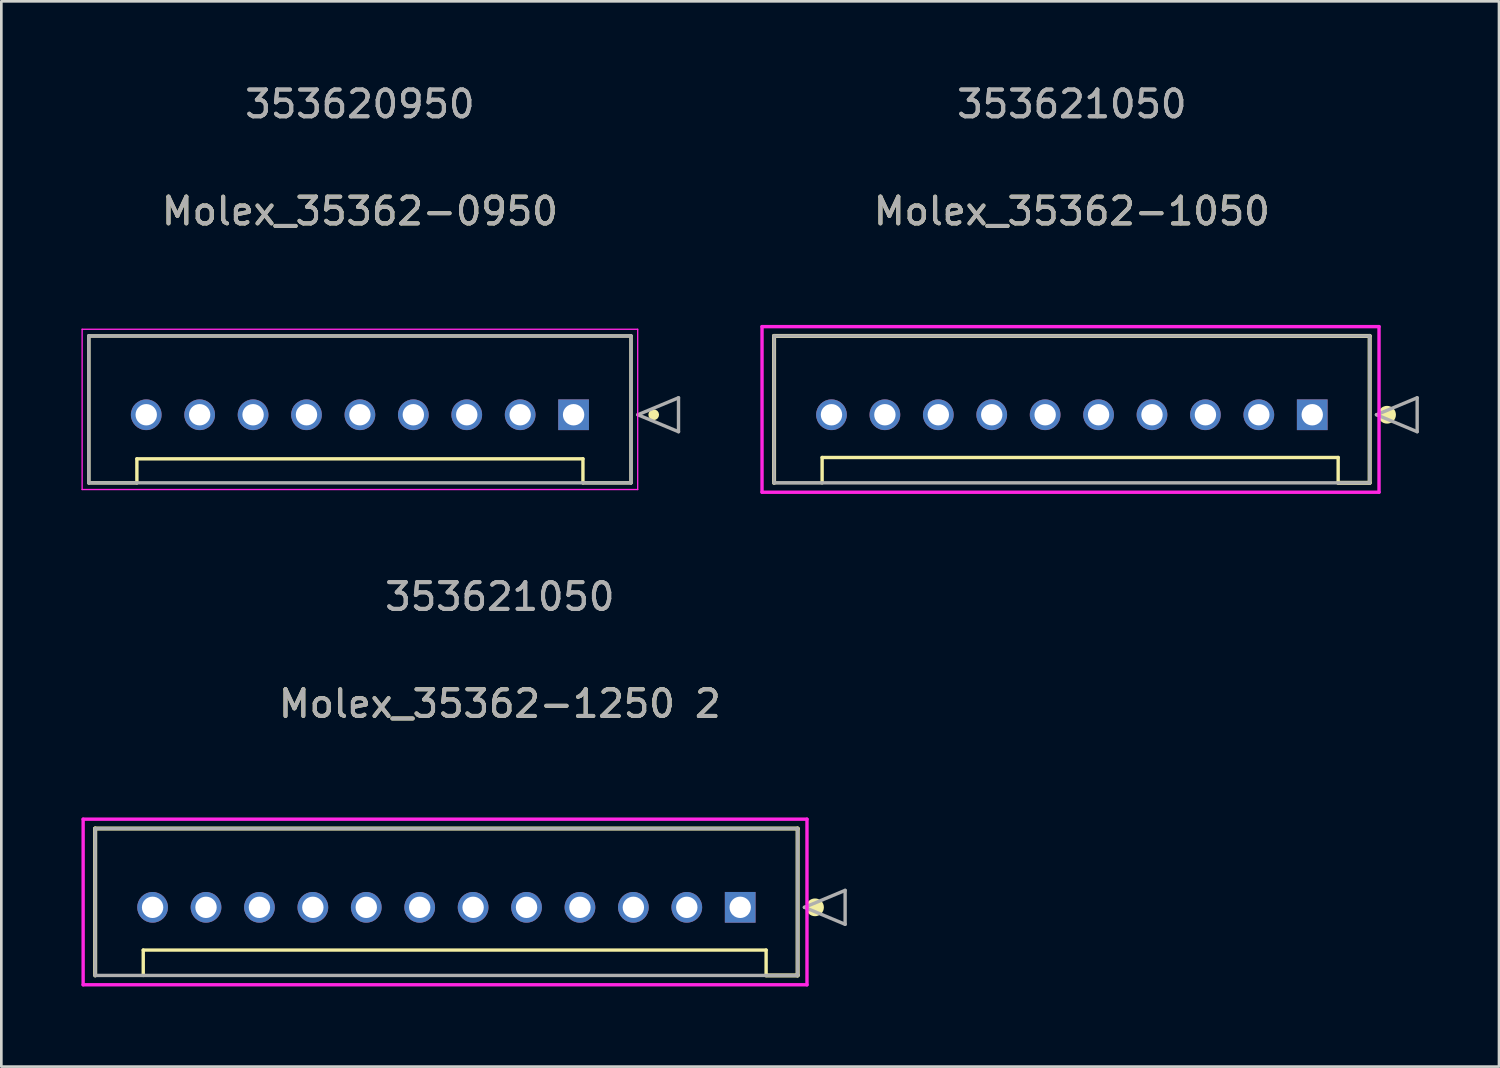
<source format=kicad_pcb>
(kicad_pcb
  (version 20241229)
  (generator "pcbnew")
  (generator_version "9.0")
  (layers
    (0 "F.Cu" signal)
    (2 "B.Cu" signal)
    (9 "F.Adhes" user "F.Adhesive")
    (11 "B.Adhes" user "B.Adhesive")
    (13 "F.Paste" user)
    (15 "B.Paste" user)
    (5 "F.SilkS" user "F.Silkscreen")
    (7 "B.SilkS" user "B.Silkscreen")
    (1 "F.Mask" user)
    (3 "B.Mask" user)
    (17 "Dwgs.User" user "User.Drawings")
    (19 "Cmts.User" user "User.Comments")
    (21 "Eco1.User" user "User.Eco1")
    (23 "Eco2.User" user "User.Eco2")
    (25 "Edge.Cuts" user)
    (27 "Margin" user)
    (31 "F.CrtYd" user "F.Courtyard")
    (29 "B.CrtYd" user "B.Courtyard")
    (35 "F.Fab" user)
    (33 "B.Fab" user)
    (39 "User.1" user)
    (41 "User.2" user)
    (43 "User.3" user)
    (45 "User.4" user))
  (footprint "Molex_35362-1250 2"
    (layer "F.Cu")
    (at 24.663 30.92)
    (property "Reference" "Molex_35362-1250 2" (at -9 -7.62 0) (unlocked yes) (layer "F.SilkS") (effects (font (size 1 1) (thickness 0.15))))
    (attr through_hole)
    (fp_line (start -24.15 -2.95) (end -24.15 2.55) (stroke (width 0.152) (type solid)) (layer "F.SilkS"))
    (fp_line (start -24.15 2.55) (end -22.35 2.55) (stroke (width 0.1) (type default)) (layer "F.SilkS"))
    (fp_line (start -22.35 1.6) (end 0.97 1.6) (stroke (width 0.127) (type default)) (layer "F.SilkS"))
    (fp_line (start -22.35 2.55) (end -22.35 1.6) (stroke (width 0.127) (type solid)) (layer "F.SilkS"))
    (fp_line (start 0.97 1.6) (end 0.97 2.55) (stroke (width 0.127) (type solid)) (layer "F.SilkS"))
    (fp_line (start 0.97 2.55) (end 2.15 2.55) (stroke (width 0.152) (type solid)) (layer "F.SilkS"))
    (fp_line (start 2.15 -2.95) (end -24.15 -2.95) (stroke (width 0.152) (type solid)) (layer "F.SilkS"))
    (fp_line (start 2.15 2.55) (end 2.15 -2.95) (stroke (width 0.152) (type solid)) (layer "F.SilkS"))
    (fp_circle (center 2.8 0) (end 3.083 0) (stroke (width 0.1) (type solid)) (fill yes) (layer "F.SilkS"))
    (fp_line (start -24.6 -3.3) (end -24.6 2.9) (stroke (width 0.127) (type solid)) (layer "F.CrtYd"))
    (fp_line (start -24.6 2.9) (end 2.5 2.9) (stroke (width 0.127) (type solid)) (layer "F.CrtYd"))
    (fp_line (start 2.5 -3.3) (end -24.6 -3.3) (stroke (width 0.127) (type solid)) (layer "F.CrtYd"))
    (fp_line (start 2.5 2.9) (end 2.5 -3.3) (stroke (width 0.127) (type solid)) (layer "F.CrtYd"))
    (fp_line (start -24.15 -2.95) (end -24.15 2.55) (stroke (width 0.127) (type solid)) (layer "F.Fab"))
    (fp_line (start -24.15 2.55) (end 2.15 2.55) (stroke (width 0.127) (type solid)) (layer "F.Fab"))
    (fp_line (start 2.15 -2.95) (end -24.15 -2.95) (stroke (width 0.127) (type solid)) (layer "F.Fab"))
    (fp_line (start 2.15 2.55) (end 2.15 -2.95) (stroke (width 0.127) (type solid)) (layer "F.Fab"))
    (fp_line (start 2.404 0) (end 3.928 -0.635) (stroke (width 0.127) (type solid)) (layer "F.Fab"))
    (fp_line (start 3.928 -0.635) (end 3.928 0.635) (stroke (width 0.127) (type solid)) (layer "F.Fab"))
    (fp_line (start 3.928 0.635) (end 2.404 0) (stroke (width 0.127) (type solid)) (layer "F.Fab"))
    (fp_text user "353621050" (at -9 -11.63 0) (unlocked yes) (layer "F.Fab") (effects (font (size 1 1) (thickness 0.15))))
    (fp_text user "${REFERENCE}" (at -9 -7.62 0) (unlocked yes) (layer "F.Fab") (effects (font (size 1 1) (thickness 0.15))))
    (fp_text user "353621050" (at -9 -11.63 0) (unlocked yes) (layer "F.Fab") (effects (font (size 1 1) (thickness 0.15))))
    (pad "1" thru_hole rect (at 0 0) (size 1.15 1.15) (drill 0.8) (layers "*.Cu" "*.Mask"))
    (pad "2" thru_hole circle (at -2 0) (size 1.15 1.15) (drill 0.8) (layers "*.Cu" "*.Mask"))
    (pad "3" thru_hole circle (at -4 0) (size 1.15 1.15) (drill 0.8) (layers "*.Cu" "*.Mask"))
    (pad "4" thru_hole circle (at -6 0) (size 1.15 1.15) (drill 0.8) (layers "*.Cu" "*.Mask"))
    (pad "5" thru_hole circle (at -8 0) (size 1.15 1.15) (drill 0.8) (layers "*.Cu" "*.Mask"))
    (pad "6" thru_hole circle (at -10 0) (size 1.15 1.15) (drill 0.8) (layers "*.Cu" "*.Mask"))
    (pad "7" thru_hole circle (at -12 0) (size 1.15 1.15) (drill 0.8) (layers "*.Cu" "*.Mask"))
    (pad "8" thru_hole circle (at -14 0) (size 1.15 1.15) (drill 0.8) (layers "*.Cu" "*.Mask"))
    (pad "9" thru_hole circle (at -16 0) (size 1.15 1.15) (drill 0.8) (layers "*.Cu" "*.Mask"))
    (pad "10" thru_hole circle (at -18 0) (size 1.15 1.15) (drill 0.8) (layers "*.Cu" "*.Mask"))
    (pad "11" thru_hole circle (at -20 0) (size 1.15 1.15) (drill 0.8) (layers "*.Cu" "*.Mask"))
    (pad "12" thru_hole circle (at -22 0) (size 1.15 1.15) (drill 0.8) (layers "*.Cu" "*.Mask")))
  (footprint "Molex_35362-1050"
    (layer "F.Cu")
    (at 46.08 12.478)
    (property "Reference" "Molex_35362-1050" (at -9 -7.62 0) (unlocked yes) (layer "F.SilkS") (effects (font (size 1 1) (thickness 0.15))))
    (attr through_hole)
    (fp_line (start -20.15 -2.95) (end -20.15 2.55) (stroke (width 0.152) (type solid)) (layer "F.SilkS"))
    (fp_line (start -20.15 2.55) (end -18.35 2.55) (stroke (width 0.1) (type default)) (layer "F.SilkS"))
    (fp_line (start -18.35 1.6) (end 0.97 1.6) (stroke (width 0.127) (type default)) (layer "F.SilkS"))
    (fp_line (start -18.35 2.55) (end -18.35 1.6) (stroke (width 0.127) (type solid)) (layer "F.SilkS"))
    (fp_line (start 0.97 1.6) (end 0.97 2.55) (stroke (width 0.127) (type solid)) (layer "F.SilkS"))
    (fp_line (start 0.97 2.55) (end 2.15 2.55) (stroke (width 0.152) (type solid)) (layer "F.SilkS"))
    (fp_line (start 2.15 -2.95) (end -20.15 -2.95) (stroke (width 0.152) (type solid)) (layer "F.SilkS"))
    (fp_line (start 2.15 2.55) (end 2.15 -2.95) (stroke (width 0.152) (type solid)) (layer "F.SilkS"))
    (fp_circle (center 2.8 0) (end 3.083 0) (stroke (width 0.1) (type solid)) (fill yes) (layer "F.SilkS"))
    (fp_line (start -20.6 -3.3) (end -20.6 2.9) (stroke (width 0.127) (type solid)) (layer "F.CrtYd"))
    (fp_line (start -20.6 2.9) (end 2.5 2.9) (stroke (width 0.127) (type solid)) (layer "F.CrtYd"))
    (fp_line (start 2.5 -3.3) (end -20.6 -3.3) (stroke (width 0.127) (type solid)) (layer "F.CrtYd"))
    (fp_line (start 2.5 2.9) (end 2.5 -3.3) (stroke (width 0.127) (type solid)) (layer "F.CrtYd"))
    (fp_line (start -20.15 -2.95) (end -20.15 2.55) (stroke (width 0.127) (type solid)) (layer "F.Fab"))
    (fp_line (start -20.15 2.55) (end 2.15 2.55) (stroke (width 0.127) (type solid)) (layer "F.Fab"))
    (fp_line (start 2.15 -2.95) (end -20.15 -2.95) (stroke (width 0.127) (type solid)) (layer "F.Fab"))
    (fp_line (start 2.15 2.55) (end 2.15 -2.95) (stroke (width 0.127) (type solid)) (layer "F.Fab"))
    (fp_line (start 2.404 0) (end 3.928 -0.635) (stroke (width 0.127) (type solid)) (layer "F.Fab"))
    (fp_line (start 3.928 -0.635) (end 3.928 0.635) (stroke (width 0.127) (type solid)) (layer "F.Fab"))
    (fp_line (start 3.928 0.635) (end 2.404 0) (stroke (width 0.127) (type solid)) (layer "F.Fab"))
    (fp_text user "${REFERENCE}" (at -9 -7.62 0) (unlocked yes) (layer "F.Fab") (effects (font (size 1 1) (thickness 0.15))))
    (fp_text user "353621050" (at -9 -11.63 0) (unlocked yes) (layer "F.Fab") (effects (font (size 1 1) (thickness 0.15))))
    (fp_text user "353621050" (at -9 -11.63 0) (unlocked yes) (layer "F.Fab") (effects (font (size 1 1) (thickness 0.15))))
    (pad "1" thru_hole rect (at 0 0) (size 1.15 1.15) (drill 0.8) (layers "*.Cu" "*.Mask"))
    (pad "2" thru_hole circle (at -2 0) (size 1.15 1.15) (drill 0.8) (layers "*.Cu" "*.Mask"))
    (pad "3" thru_hole circle (at -4 0) (size 1.15 1.15) (drill 0.8) (layers "*.Cu" "*.Mask"))
    (pad "4" thru_hole circle (at -6 0) (size 1.15 1.15) (drill 0.8) (layers "*.Cu" "*.Mask"))
    (pad "5" thru_hole circle (at -8 0) (size 1.15 1.15) (drill 0.8) (layers "*.Cu" "*.Mask"))
    (pad "6" thru_hole circle (at -10 0) (size 1.15 1.15) (drill 0.8) (layers "*.Cu" "*.Mask"))
    (pad "7" thru_hole circle (at -12 0) (size 1.15 1.15) (drill 0.8) (layers "*.Cu" "*.Mask"))
    (pad "8" thru_hole circle (at -14 0) (size 1.15 1.15) (drill 0.8) (layers "*.Cu" "*.Mask"))
    (pad "9" thru_hole circle (at -16 0) (size 1.15 1.15) (drill 0.8) (layers "*.Cu" "*.Mask"))
    (pad "10" thru_hole circle (at -18 0) (size 1.15 1.15) (drill 0.8) (layers "*.Cu" "*.Mask")))
  (footprint "Molex_35362-0950"
    (layer "F.Cu")
    (at 18.425 12.478)
    (property "Reference" "Molex_35362-0950" (at -8 -7.62 0) (unlocked yes) (layer "F.SilkS") (effects (font (size 1 1) (thickness 0.15))))
    (attr through_hole)
    (fp_line (start -18.15 -2.95) (end -18.15 2.55) (stroke (width 0.127) (type solid)) (layer "F.SilkS"))
    (fp_line (start -18.15 2.55) (end -16.35 2.55) (stroke (width 0.127) (type solid)) (layer "F.SilkS"))
    (fp_line (start -16.35 1.65) (end 0.35 1.65) (stroke (width 0.127) (type default)) (layer "F.SilkS"))
    (fp_line (start -16.35 2.55) (end -16.35 1.65) (stroke (width 0.127) (type solid)) (layer "F.SilkS"))
    (fp_line (start 0.35 1.65) (end 0.35 2.55) (stroke (width 0.127) (type solid)) (layer "F.SilkS"))
    (fp_line (start 0.35 2.55) (end 2.15 2.55) (stroke (width 0.127) (type solid)) (layer "F.SilkS"))
    (fp_line (start 2.15 -2.95) (end -18.15 -2.95) (stroke (width 0.127) (type solid)) (layer "F.SilkS"))
    (fp_line (start 2.15 2.55) (end 2.15 -2.95) (stroke (width 0.127) (type solid)) (layer "F.SilkS"))
    (fp_circle (center 3 0) (end 3.1 0) (stroke (width 0.2) (type solid)) (fill no) (layer "F.SilkS"))
    (fp_line (start -18.4 -3.2) (end 2.4 -3.2) (stroke (width 0.05) (type default)) (layer "F.CrtYd"))
    (fp_line (start -18.4 2.8) (end -18.4 -3.2) (stroke (width 0.05) (type solid)) (layer "F.CrtYd"))
    (fp_line (start 2.4 2.8) (end -18.4 2.8) (stroke (width 0.05) (type default)) (layer "F.CrtYd"))
    (fp_line (start 2.4 2.8) (end 2.4 -3.2) (stroke (width 0.05) (type solid)) (layer "F.CrtYd"))
    (fp_line (start -18.15 -2.95) (end -18.15 2.55) (stroke (width 0.127) (type solid)) (layer "F.Fab"))
    (fp_line (start -18.15 2.55) (end 2.15 2.55) (stroke (width 0.127) (type solid)) (layer "F.Fab"))
    (fp_line (start 2.15 -2.95) (end -18.15 -2.95) (stroke (width 0.127) (type solid)) (layer "F.Fab"))
    (fp_line (start 2.15 2.55) (end 2.15 -2.95) (stroke (width 0.127) (type solid)) (layer "F.Fab"))
    (fp_line (start 2.404 0) (end 3.928 -0.635) (stroke (width 0.127) (type solid)) (layer "F.Fab"))
    (fp_line (start 3.928 -0.635) (end 3.928 0.635) (stroke (width 0.127) (type solid)) (layer "F.Fab"))
    (fp_line (start 3.928 0.635) (end 2.404 0) (stroke (width 0.127) (type solid)) (layer "F.Fab"))
    (fp_text user "353620950" (at -8 -11.63 0) (unlocked yes) (layer "F.Fab") (effects (font (size 1 1) (thickness 0.15))))
    (fp_text user "353620950" (at -8 -11.63 0) (unlocked yes) (layer "F.Fab") (effects (font (size 1 1) (thickness 0.15))))
    (fp_text user "${REFERENCE}" (at -8 -7.62 0) (unlocked yes) (layer "F.Fab") (effects (font (size 1 1) (thickness 0.15))))
    (pad "1" thru_hole rect (at 0 0) (size 1.15 1.15) (drill 0.8) (layers "*.Cu" "*.Mask"))
    (pad "2" thru_hole circle (at -2 0) (size 1.15 1.15) (drill 0.8) (layers "*.Cu" "*.Mask"))
    (pad "3" thru_hole circle (at -4 0) (size 1.15 1.15) (drill 0.8) (layers "*.Cu" "*.Mask"))
    (pad "4" thru_hole circle (at -6 0) (size 1.15 1.15) (drill 0.8) (layers "*.Cu" "*.Mask"))
    (pad "5" thru_hole circle (at -8 0) (size 1.15 1.15) (drill 0.8) (layers "*.Cu" "*.Mask"))
    (pad "6" thru_hole circle (at -10 0) (size 1.15 1.15) (drill 0.8) (layers "*.Cu" "*.Mask"))
    (pad "7" thru_hole circle (at -12 0) (size 1.15 1.15) (drill 0.8) (layers "*.Cu" "*.Mask"))
    (pad "8" thru_hole circle (at -14 0) (size 1.15 1.15) (drill 0.8) (layers "*.Cu" "*.Mask"))
    (pad "9" thru_hole circle (at -16 0) (size 1.15 1.15) (drill 0.8) (layers "*.Cu" "*.Mask")))
  (gr_rect
    (start -3 -3)
    (end 53.072 36.883)
    (stroke (width 0.1) (type default))
    (fill no)
    (layer "Edge.Cuts")))
</source>
